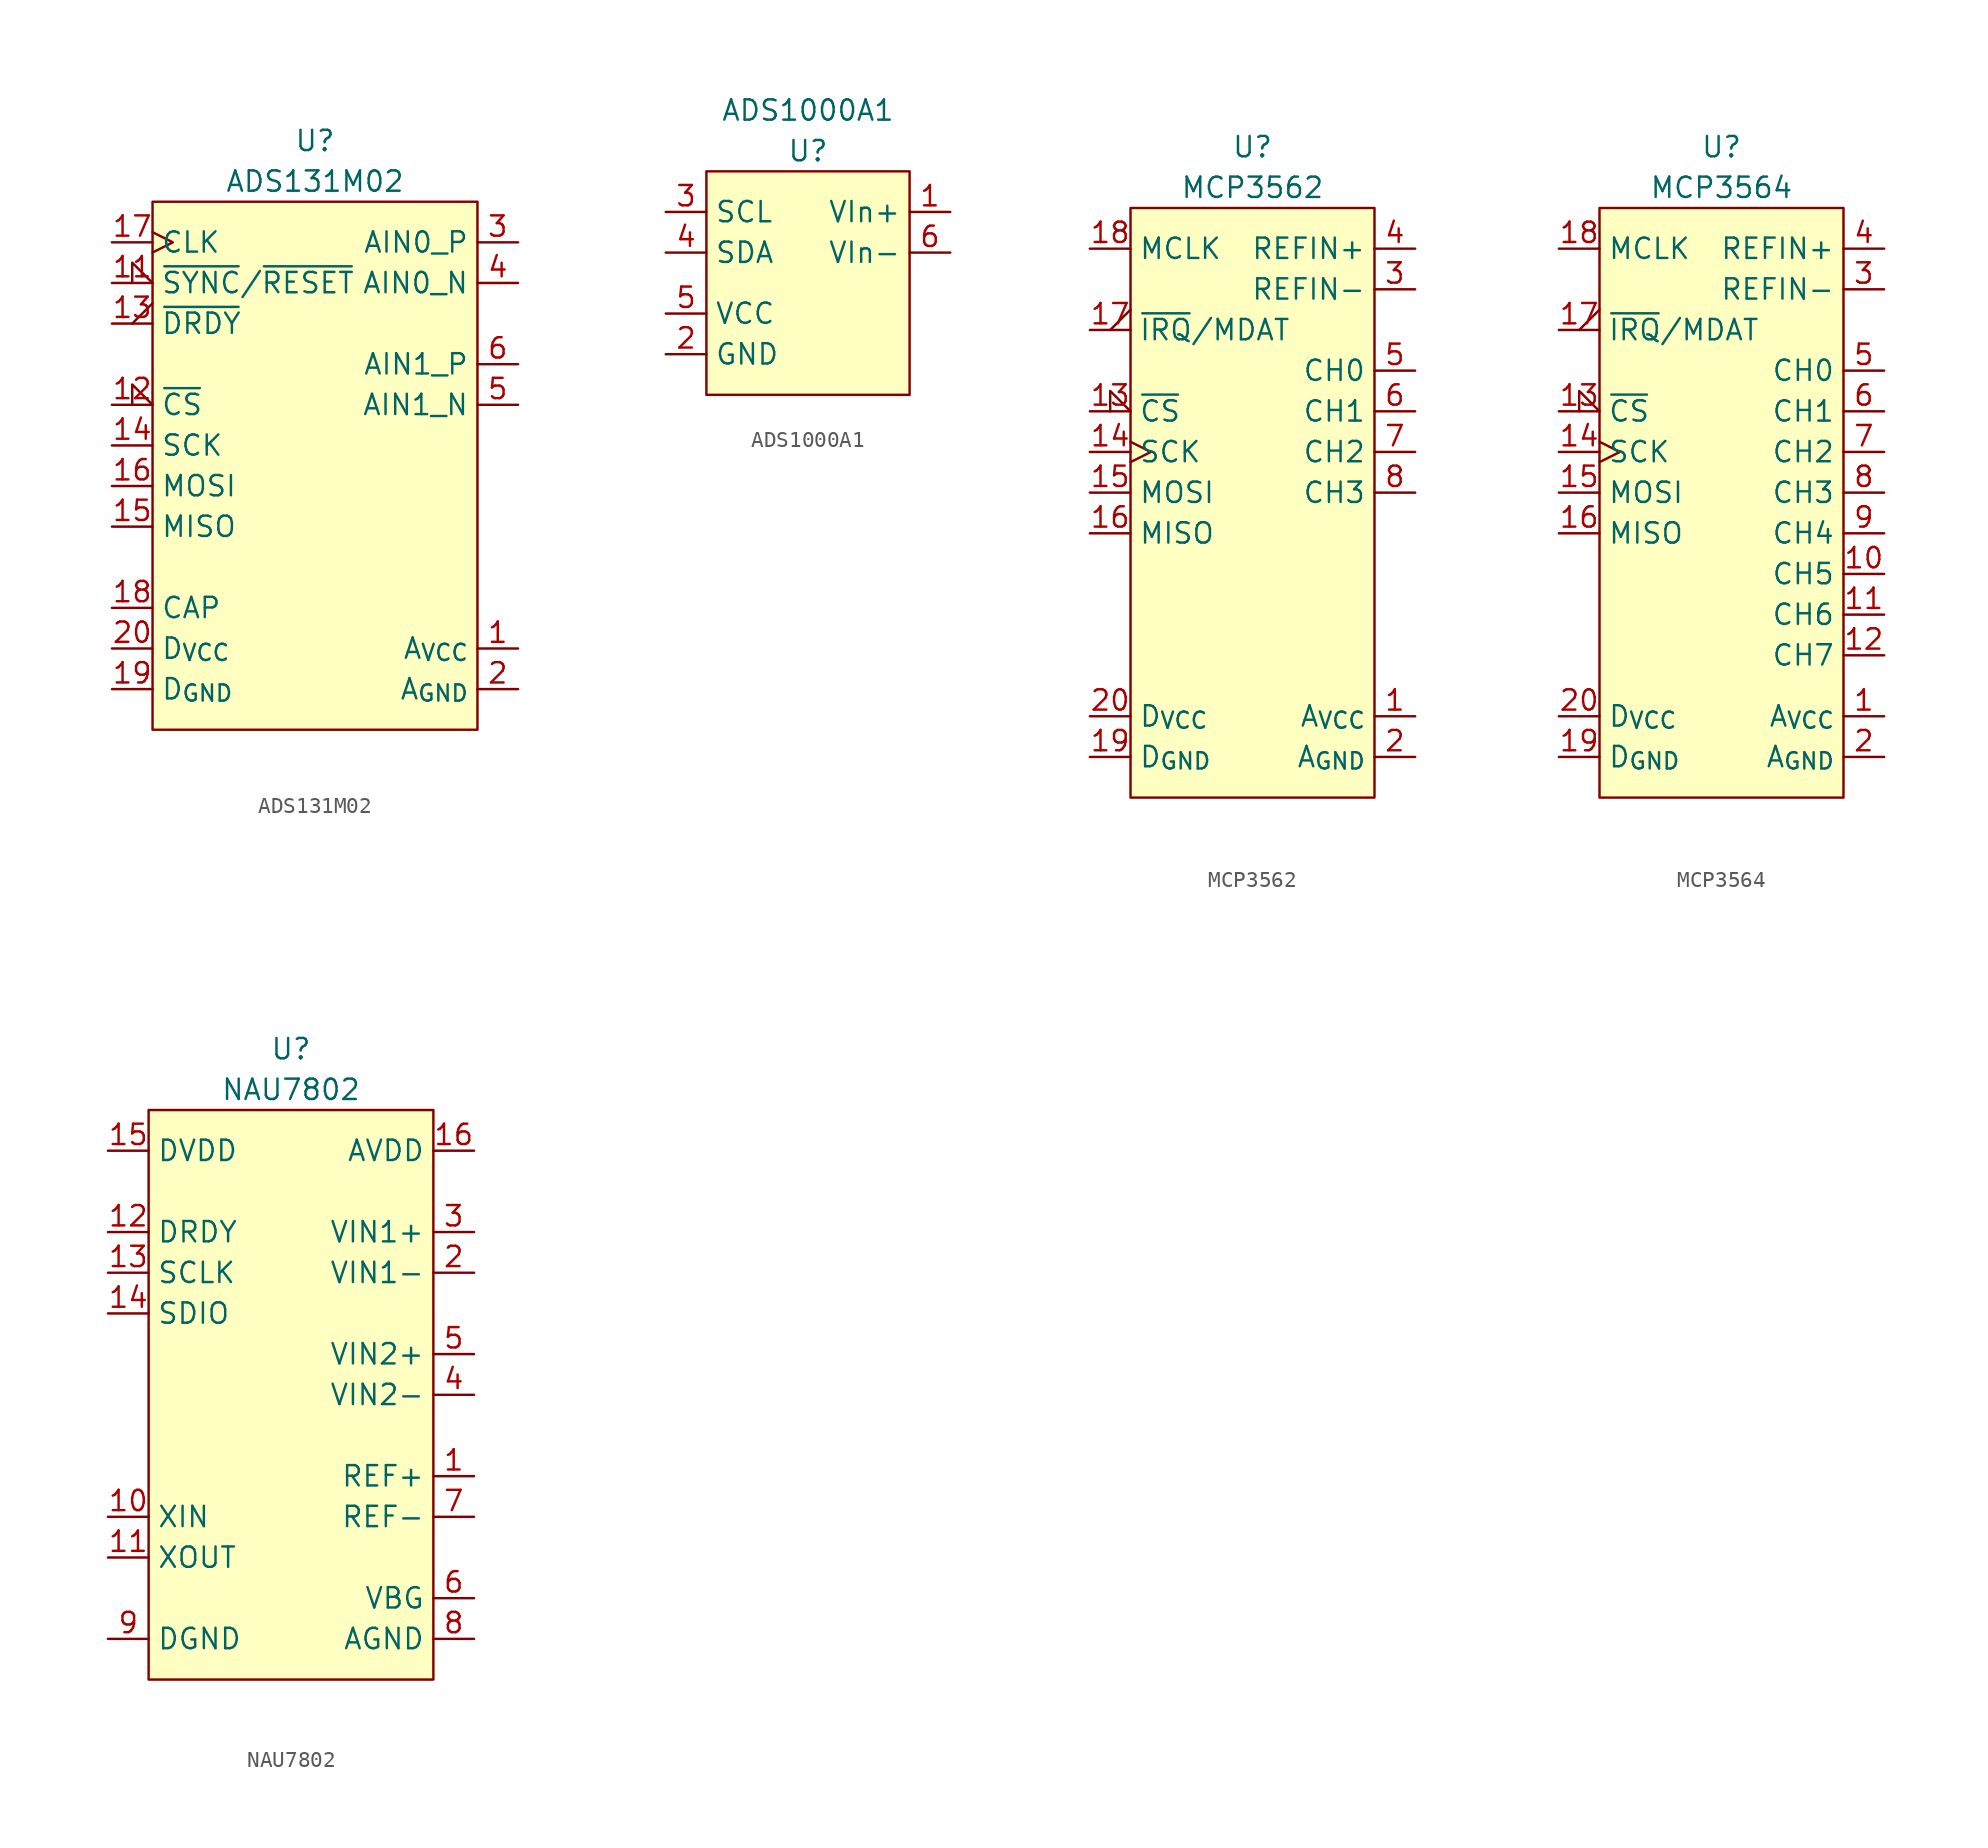
<source format=kicad_sym>
(kicad_symbol_lib
  (version 20220914)
  (generator kicad_symbol_editor)
  (symbol "ADS131M02"
    (property "Reference" "U"
      (at 0 3.81 0)
      (effects (font (size 1.27 1.27))))
    (property "Value" "ADS131M02"
      (at 0 1.27 0)
      (effects (font (size 1.27 1.27))))
    (symbol "ADS131M02_0_1"
      (rectangle (start -10.16 0) (end 10.16 -33.02) (stroke (width 0) (type default)) (fill (type background))))
    (symbol "ADS131M02_1_1"
      (pin power_in line (at 12.7 -27.94 180) (length 2.54) (name "A_{VCC}" (effects (font (size 1.27 1.27)))) (number "1" (effects (font (size 1.27 1.27)))))
      (pin no_connect line (at 12.7 -17.78 180) (length 2.54) hide (name "" (effects (font (size 1.27 1.27)))) (number "10" (effects (font (size 1.27 1.27)))))
      (pin input input_low (at -12.7 -5.08 0) (length 2.54) (name "~{SYNC}/~{RESET}" (effects (font (size 1.27 1.27)))) (number "11" (effects (font (size 1.27 1.27)))))
      (pin input input_low (at -12.7 -12.7 0) (length 2.54) (name "~{CS}" (effects (font (size 1.27 1.27)))) (number "12" (effects (font (size 1.27 1.27)))))
      (pin output output_low (at -12.7 -7.62 0) (length 2.54) (name "~{DRDY}" (effects (font (size 1.27 1.27)))) (number "13" (effects (font (size 1.27 1.27)))))
      (pin input line (at -12.7 -15.24 0) (length 2.54) (name "SCK" (effects (font (size 1.27 1.27)))) (number "14" (effects (font (size 1.27 1.27)))))
      (pin output line (at -12.7 -20.32 0) (length 2.54) (name "MISO" (effects (font (size 1.27 1.27)))) (number "15" (effects (font (size 1.27 1.27)))))
      (pin input line (at -12.7 -17.78 0) (length 2.54) (name "MOSI" (effects (font (size 1.27 1.27)))) (number "16" (effects (font (size 1.27 1.27)))))
      (pin input clock (at -12.7 -2.54 0) (length 2.54) (name "CLK" (effects (font (size 1.27 1.27)))) (number "17" (effects (font (size 1.27 1.27)))))
      (pin passive line (at -12.7 -25.4 0) (length 2.54) (name "CAP" (effects (font (size 1.27 1.27)))) (number "18" (effects (font (size 1.27 1.27)))))
      (pin passive line (at -12.7 -30.48 0) (length 2.54) (name "D_{GND}" (effects (font (size 1.27 1.27)))) (number "19" (effects (font (size 1.27 1.27)))))
      (pin passive line (at 12.7 -30.48 180) (length 2.54) (name "A_{GND}" (effects (font (size 1.27 1.27)))) (number "2" (effects (font (size 1.27 1.27)))))
      (pin power_in line (at -12.7 -27.94 0) (length 2.54) (name "D_{VCC}" (effects (font (size 1.27 1.27)))) (number "20" (effects (font (size 1.27 1.27)))))
      (pin passive line (at 12.7 -2.54 180) (length 2.54) (name "AIN0_P" (effects (font (size 1.27 1.27)))) (number "3" (effects (font (size 1.27 1.27)))))
      (pin passive line (at 12.7 -5.08 180) (length 2.54) (name "AIN0_N" (effects (font (size 1.27 1.27)))) (number "4" (effects (font (size 1.27 1.27)))))
      (pin passive line (at 12.7 -12.7 180) (length 2.54) (name "AIN1_N" (effects (font (size 1.27 1.27)))) (number "5" (effects (font (size 1.27 1.27)))))
      (pin passive line (at 12.7 -10.16 180) (length 2.54) (name "AIN1_P" (effects (font (size 1.27 1.27)))) (number "6" (effects (font (size 1.27 1.27)))))
      (pin no_connect line (at 12.7 -17.78 180) (length 2.54) hide (name "" (effects (font (size 1.27 1.27)))) (number "7" (effects (font (size 1.27 1.27)))))
      (pin no_connect line (at 12.7 -17.78 180) (length 2.54) hide (name "" (effects (font (size 1.27 1.27)))) (number "8" (effects (font (size 1.27 1.27)))))
      (pin no_connect line (at 12.7 -17.78 180) (length 2.54) hide (name "" (effects (font (size 1.27 1.27)))) (number "9" (effects (font (size 1.27 1.27)))))))
  (symbol "ADS1000A1"
    (property "Reference" "U"
      (at 0 1.27 0)
      (effects (font (size 1.27 1.27))))
    (property "Value" "ADS1000A1"
      (at 0 3.81 0)
      (effects (font (size 1.27 1.27))))
    (symbol "ADS1000A1_0_1"
      (rectangle (start -6.35 0) (end 6.35 -13.97) (stroke (width 0) (type default)) (fill (type background))))
    (symbol "ADS1000A1_1_1"
      (pin input line (at 8.89 -2.54 180) (length 2.54) (name "VIn+" (effects (font (size 1.27 1.27)))) (number "1" (effects (font (size 1.27 1.27)))))
      (pin power_in line (at -8.89 -11.43 0) (length 2.54) (name "GND" (effects (font (size 1.27 1.27)))) (number "2" (effects (font (size 1.27 1.27)))))
      (pin bidirectional line (at -8.89 -2.54 0) (length 2.54) (name "SCL" (effects (font (size 1.27 1.27)))) (number "3" (effects (font (size 1.27 1.27)))))
      (pin bidirectional line (at -8.89 -5.08 0) (length 2.54) (name "SDA" (effects (font (size 1.27 1.27)))) (number "4" (effects (font (size 1.27 1.27)))))
      (pin power_in line (at -8.89 -8.89 0) (length 2.54) (name "VCC" (effects (font (size 1.27 1.27)))) (number "5" (effects (font (size 1.27 1.27)))))
      (pin input line (at 8.89 -5.08 180) (length 2.54) (name "VIn-" (effects (font (size 1.27 1.27)))) (number "6" (effects (font (size 1.27 1.27)))))))
  (symbol "MCP3562"
    (property "Reference" "U"
      (at 0 3.81 0)
      (effects (font (size 1.27 1.27))))
    (property "Value" "MCP3562"
      (at 0 1.27 0)
      (effects (font (size 1.27 1.27))))
    (symbol "MCP3562_0_1"
      (rectangle (start -7.62 0) (end 7.62 -36.83) (stroke (width 0) (type default)) (fill (type background))))
    (symbol "MCP3562_1_1"
      (pin power_in line (at 10.16 -31.75 180) (length 2.54) (name "A_{VCC}" (effects (font (size 1.27 1.27)))) (number "1" (effects (font (size 1.27 1.27)))))
      (pin no_connect line (at 10.16 -22.86 180) (length 2.54) hide (name "CH5" (effects (font (size 1.27 1.27)))) (number "10" (effects (font (size 1.27 1.27)))))
      (pin no_connect line (at 10.16 -25.4 180) (length 2.54) hide (name "CH6" (effects (font (size 1.27 1.27)))) (number "11" (effects (font (size 1.27 1.27)))))
      (pin no_connect line (at 10.16 -27.94 180) (length 2.54) hide (name "CH7" (effects (font (size 1.27 1.27)))) (number "12" (effects (font (size 1.27 1.27)))))
      (pin input input_low (at -10.16 -12.7 0) (length 2.54) (name "~{CS}" (effects (font (size 1.27 1.27)))) (number "13" (effects (font (size 1.27 1.27)))))
      (pin input clock (at -10.16 -15.24 0) (length 2.54) (name "SCK" (effects (font (size 1.27 1.27)))) (number "14" (effects (font (size 1.27 1.27)))))
      (pin input line (at -10.16 -17.78 0) (length 2.54) (name "MOSI" (effects (font (size 1.27 1.27)))) (number "15" (effects (font (size 1.27 1.27)))))
      (pin tri_state line (at -10.16 -20.32 0) (length 2.54) (name "MISO" (effects (font (size 1.27 1.27)))) (number "16" (effects (font (size 1.27 1.27)))))
      (pin input output_low (at -10.16 -7.62 0) (length 2.54) (name "~{IRQ}/MDAT" (effects (font (size 1.27 1.27)))) (number "17" (effects (font (size 1.27 1.27)))))
      (pin input line (at -10.16 -2.54 0) (length 2.54) (name "MCLK" (effects (font (size 1.27 1.27)))) (number "18" (effects (font (size 1.27 1.27)))))
      (pin power_in line (at -10.16 -34.29 0) (length 2.54) (name "D_{GND}" (effects (font (size 1.27 1.27)))) (number "19" (effects (font (size 1.27 1.27)))))
      (pin power_in line (at 10.16 -34.29 180) (length 2.54) (name "A_{GND}" (effects (font (size 1.27 1.27)))) (number "2" (effects (font (size 1.27 1.27)))))
      (pin power_in line (at -10.16 -31.75 0) (length 2.54) (name "D_{VCC}" (effects (font (size 1.27 1.27)))) (number "20" (effects (font (size 1.27 1.27)))))
      (pin passive line (at 10.16 -5.08 180) (length 2.54) (name "REFIN-" (effects (font (size 1.27 1.27)))) (number "3" (effects (font (size 1.27 1.27)))))
      (pin passive line (at 10.16 -2.54 180) (length 2.54) (name "REFIN+" (effects (font (size 1.27 1.27)))) (number "4" (effects (font (size 1.27 1.27)))))
      (pin input line (at 10.16 -10.16 180) (length 2.54) (name "CH0" (effects (font (size 1.27 1.27)))) (number "5" (effects (font (size 1.27 1.27)))))
      (pin input line (at 10.16 -12.7 180) (length 2.54) (name "CH1" (effects (font (size 1.27 1.27)))) (number "6" (effects (font (size 1.27 1.27)))))
      (pin input line (at 10.16 -15.24 180) (length 2.54) (name "CH2" (effects (font (size 1.27 1.27)))) (number "7" (effects (font (size 1.27 1.27)))))
      (pin input line (at 10.16 -17.78 180) (length 2.54) (name "CH3" (effects (font (size 1.27 1.27)))) (number "8" (effects (font (size 1.27 1.27)))))
      (pin no_connect line (at 10.16 -20.32 180) (length 2.54) hide (name "CH4" (effects (font (size 1.27 1.27)))) (number "9" (effects (font (size 1.27 1.27)))))))
  (symbol "MCP3564"
    (property "Reference" "U"
      (at 0 3.81 0)
      (effects (font (size 1.27 1.27))))
    (property "Value" "MCP3564"
      (at 0 1.27 0)
      (effects (font (size 1.27 1.27))))
    (symbol "MCP3564_0_1"
      (rectangle (start -7.62 0) (end 7.62 -36.83) (stroke (width 0) (type default)) (fill (type background))))
    (symbol "MCP3564_1_1"
      (pin power_in line (at 10.16 -31.75 180) (length 2.54) (name "A_{VCC}" (effects (font (size 1.27 1.27)))) (number "1" (effects (font (size 1.27 1.27)))))
      (pin input line (at 10.16 -22.86 180) (length 2.54) (name "CH5" (effects (font (size 1.27 1.27)))) (number "10" (effects (font (size 1.27 1.27)))))
      (pin input line (at 10.16 -25.4 180) (length 2.54) (name "CH6" (effects (font (size 1.27 1.27)))) (number "11" (effects (font (size 1.27 1.27)))))
      (pin input line (at 10.16 -27.94 180) (length 2.54) (name "CH7" (effects (font (size 1.27 1.27)))) (number "12" (effects (font (size 1.27 1.27)))))
      (pin input input_low (at -10.16 -12.7 0) (length 2.54) (name "~{CS}" (effects (font (size 1.27 1.27)))) (number "13" (effects (font (size 1.27 1.27)))))
      (pin input clock (at -10.16 -15.24 0) (length 2.54) (name "SCK" (effects (font (size 1.27 1.27)))) (number "14" (effects (font (size 1.27 1.27)))))
      (pin input line (at -10.16 -17.78 0) (length 2.54) (name "MOSI" (effects (font (size 1.27 1.27)))) (number "15" (effects (font (size 1.27 1.27)))))
      (pin tri_state line (at -10.16 -20.32 0) (length 2.54) (name "MISO" (effects (font (size 1.27 1.27)))) (number "16" (effects (font (size 1.27 1.27)))))
      (pin input output_low (at -10.16 -7.62 0) (length 2.54) (name "~{IRQ}/MDAT" (effects (font (size 1.27 1.27)))) (number "17" (effects (font (size 1.27 1.27)))))
      (pin input line (at -10.16 -2.54 0) (length 2.54) (name "MCLK" (effects (font (size 1.27 1.27)))) (number "18" (effects (font (size 1.27 1.27)))))
      (pin power_in line (at -10.16 -34.29 0) (length 2.54) (name "D_{GND}" (effects (font (size 1.27 1.27)))) (number "19" (effects (font (size 1.27 1.27)))))
      (pin power_in line (at 10.16 -34.29 180) (length 2.54) (name "A_{GND}" (effects (font (size 1.27 1.27)))) (number "2" (effects (font (size 1.27 1.27)))))
      (pin power_in line (at -10.16 -31.75 0) (length 2.54) (name "D_{VCC}" (effects (font (size 1.27 1.27)))) (number "20" (effects (font (size 1.27 1.27)))))
      (pin passive line (at 10.16 -5.08 180) (length 2.54) (name "REFIN-" (effects (font (size 1.27 1.27)))) (number "3" (effects (font (size 1.27 1.27)))))
      (pin passive line (at 10.16 -2.54 180) (length 2.54) (name "REFIN+" (effects (font (size 1.27 1.27)))) (number "4" (effects (font (size 1.27 1.27)))))
      (pin input line (at 10.16 -10.16 180) (length 2.54) (name "CH0" (effects (font (size 1.27 1.27)))) (number "5" (effects (font (size 1.27 1.27)))))
      (pin input line (at 10.16 -12.7 180) (length 2.54) (name "CH1" (effects (font (size 1.27 1.27)))) (number "6" (effects (font (size 1.27 1.27)))))
      (pin input line (at 10.16 -15.24 180) (length 2.54) (name "CH2" (effects (font (size 1.27 1.27)))) (number "7" (effects (font (size 1.27 1.27)))))
      (pin input line (at 10.16 -17.78 180) (length 2.54) (name "CH3" (effects (font (size 1.27 1.27)))) (number "8" (effects (font (size 1.27 1.27)))))
      (pin input line (at 10.16 -20.32 180) (length 2.54) (name "CH4" (effects (font (size 1.27 1.27)))) (number "9" (effects (font (size 1.27 1.27)))))))
  (symbol "NAU7802"
    (property "Reference" "U"
      (at 0 3.81 0)
      (effects (font (size 1.27 1.27))))
    (property "Value" "NAU7802"
      (at 0 1.27 0)
      (effects (font (size 1.27 1.27))))
    (symbol "NAU7802_1_1"
      (rectangle (start -8.89 0) (end 8.89 -35.56) (stroke (width 0) (type default)) (fill (type background)))
      (pin passive line (at 11.43 -22.86 180) (length 2.54) (name "REF+" (effects (font (size 1.27 1.27)))) (number "1" (effects (font (size 1.27 1.27)))))
      (pin passive line (at -11.43 -25.4 0) (length 2.54) (name "XIN" (effects (font (size 1.27 1.27)))) (number "10" (effects (font (size 1.27 1.27)))))
      (pin passive line (at -11.43 -27.94 0) (length 2.54) (name "XOUT" (effects (font (size 1.27 1.27)))) (number "11" (effects (font (size 1.27 1.27)))))
      (pin output line (at -11.43 -7.62 0) (length 2.54) (name "DRDY" (effects (font (size 1.27 1.27)))) (number "12" (effects (font (size 1.27 1.27)))))
      (pin bidirectional line (at -11.43 -10.16 0) (length 2.54) (name "SCLK" (effects (font (size 1.27 1.27)))) (number "13" (effects (font (size 1.27 1.27)))))
      (pin bidirectional line (at -11.43 -12.7 0) (length 2.54) (name "SDIO" (effects (font (size 1.27 1.27)))) (number "14" (effects (font (size 1.27 1.27)))))
      (pin power_in line (at -11.43 -2.54 0) (length 2.54) (name "DVDD" (effects (font (size 1.27 1.27)))) (number "15" (effects (font (size 1.27 1.27)))))
      (pin passive line (at 11.43 -2.54 180) (length 2.54) (name "AVDD" (effects (font (size 1.27 1.27)))) (number "16" (effects (font (size 1.27 1.27)))))
      (pin passive line (at 11.43 -10.16 180) (length 2.54) (name "VIN1-" (effects (font (size 1.27 1.27)))) (number "2" (effects (font (size 1.27 1.27)))))
      (pin passive line (at 11.43 -7.62 180) (length 2.54) (name "VIN1+" (effects (font (size 1.27 1.27)))) (number "3" (effects (font (size 1.27 1.27)))))
      (pin passive line (at 11.43 -17.78 180) (length 2.54) (name "VIN2-" (effects (font (size 1.27 1.27)))) (number "4" (effects (font (size 1.27 1.27)))))
      (pin passive line (at 11.43 -15.24 180) (length 2.54) (name "VIN2+" (effects (font (size 1.27 1.27)))) (number "5" (effects (font (size 1.27 1.27)))))
      (pin passive line (at 11.43 -30.48 180) (length 2.54) (name "VBG" (effects (font (size 1.27 1.27)))) (number "6" (effects (font (size 1.27 1.27)))))
      (pin passive line (at 11.43 -25.4 180) (length 2.54) (name "REF-" (effects (font (size 1.27 1.27)))) (number "7" (effects (font (size 1.27 1.27)))))
      (pin passive line (at 11.43 -33.02 180) (length 2.54) (name "AGND" (effects (font (size 1.27 1.27)))) (number "8" (effects (font (size 1.27 1.27)))))
      (pin power_in line (at -11.43 -33.02 0) (length 2.54) (name "DGND" (effects (font (size 1.27 1.27)))) (number "9" (effects (font (size 1.27 1.27))))))))
</source>
